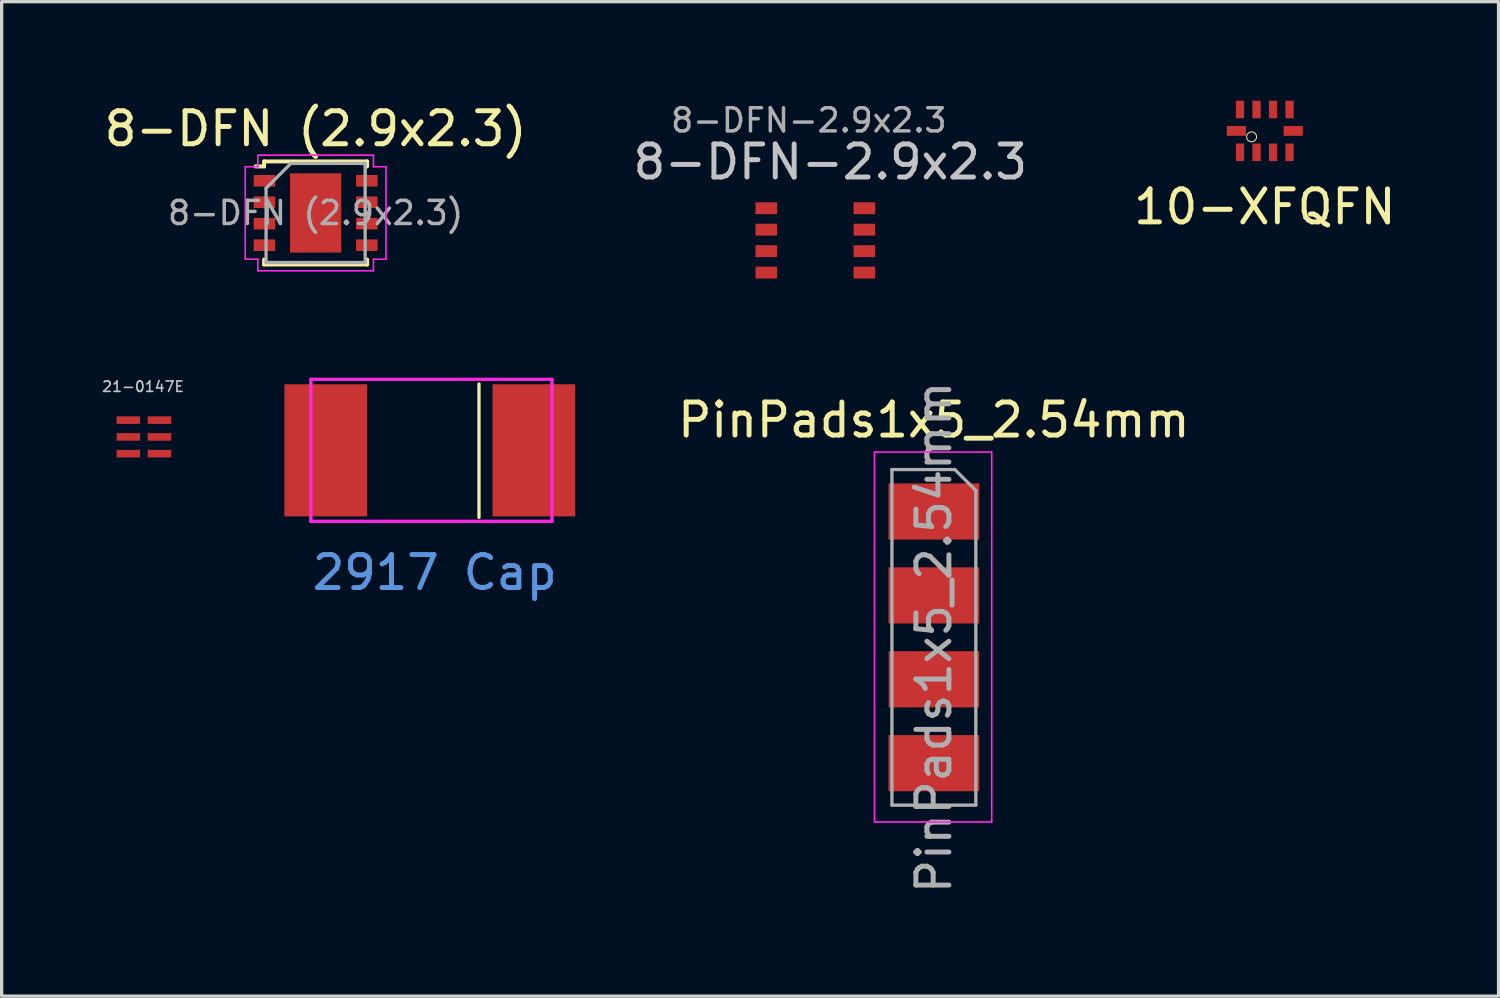
<source format=kicad_pcb>
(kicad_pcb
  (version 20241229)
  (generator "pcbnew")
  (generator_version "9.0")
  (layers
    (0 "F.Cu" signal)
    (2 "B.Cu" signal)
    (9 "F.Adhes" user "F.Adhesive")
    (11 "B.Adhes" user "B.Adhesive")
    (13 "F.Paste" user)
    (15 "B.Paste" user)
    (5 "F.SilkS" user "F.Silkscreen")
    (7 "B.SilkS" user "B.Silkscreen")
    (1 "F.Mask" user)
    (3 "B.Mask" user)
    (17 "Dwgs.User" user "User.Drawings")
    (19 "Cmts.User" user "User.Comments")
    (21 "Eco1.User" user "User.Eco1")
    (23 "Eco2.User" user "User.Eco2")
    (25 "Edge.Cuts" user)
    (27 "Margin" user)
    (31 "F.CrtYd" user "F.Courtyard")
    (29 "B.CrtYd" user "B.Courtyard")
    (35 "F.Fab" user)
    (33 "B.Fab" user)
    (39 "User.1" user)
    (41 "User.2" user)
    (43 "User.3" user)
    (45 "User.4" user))
  (footprint "PinPads1x5_2.54mm"
    (layer "F.Cu")
    (at 25.225 12.437)
    (property "Reference" "PinPads1x5_2.54mm" (at 0 -2.77 0) (layer "F.SilkS") (effects (font (size 1 1) (thickness 0.15))))
    (attr through_hole)
    (fp_line (start -1.8 -1.8) (end 1.75 -1.8) (stroke (width 0.05) (type solid)) (layer "F.CrtYd"))
    (fp_line (start -1.8 9.4) (end -1.8 -1.8) (stroke (width 0.05) (type solid)) (layer "F.CrtYd"))
    (fp_line (start 1.75 -1.8) (end 1.75 9.4) (stroke (width 0.05) (type solid)) (layer "F.CrtYd"))
    (fp_line (start 1.75 9.4) (end -1.8 9.4) (stroke (width 0.05) (type solid)) (layer "F.CrtYd"))
    (fp_line (start -1.27 -1.27) (end 0.635 -1.27) (stroke (width 0.1) (type solid)) (layer "F.Fab"))
    (fp_line (start -1.27 8.89) (end -1.27 -1.27) (stroke (width 0.1) (type solid)) (layer "F.Fab"))
    (fp_line (start 0.635 -1.27) (end 1.27 -0.635) (stroke (width 0.1) (type solid)) (layer "F.Fab"))
    (fp_line (start 1.27 -0.635) (end 1.27 8.89) (stroke (width 0.1) (type solid)) (layer "F.Fab"))
    (fp_line (start 1.27 8.89) (end -1.27 8.89) (stroke (width 0.1) (type solid)) (layer "F.Fab"))
    (fp_text user "${REFERENCE}" (at 0 3.81 90) (layer "F.Fab") (effects (font (size 1 1) (thickness 0.15))))
    (pad "1" smd rect (at 0 0) (size 2.75 1.7) (layers "F.Cu" "F.Mask" "F.Paste"))
    (pad "2" smd rect (at 0 2.54) (size 2.75 1.7) (layers "F.Cu" "F.Mask" "F.Paste"))
    (pad "3" smd rect (at 0 5.08) (size 2.74 1.7) (layers "F.Cu" "F.Mask" "F.Paste"))
    (pad "4" smd rect (at 0 7.62) (size 2.75 1.7) (layers "F.Cu" "F.Mask" "F.Paste")))
  (footprint "8-DFN (2.9x2.3)"
    (layer "F.Cu")
    (at 6.506 3.398)
    (property "Reference" "8-DFN (2.9x2.3)" (at 0 -2.55 0) (layer "F.SilkS") (effects (font (size 1 1) (thickness 0.15))))
    (attr smd)
    (fp_line (start -1.56 -1.56) (end -1.56 -1.41) (stroke (width 0.12) (type solid)) (layer "F.SilkS"))
    (fp_line (start -1.56 -1.56) (end 1.56 -1.56) (stroke (width 0.12) (type solid)) (layer "F.SilkS"))
    (fp_line (start -1.56 -1.41) (end -1.82 -1.41) (stroke (width 0.12) (type solid)) (layer "F.SilkS"))
    (fp_line (start -1.56 1.56) (end -1.56 1.41) (stroke (width 0.12) (type solid)) (layer "F.SilkS"))
    (fp_line (start -1.56 1.56) (end 1.56 1.56) (stroke (width 0.12) (type solid)) (layer "F.SilkS"))
    (fp_line (start 1.56 -1.56) (end 1.56 -1.41) (stroke (width 0.12) (type solid)) (layer "F.SilkS"))
    (fp_line (start 1.56 1.56) (end 1.56 1.41) (stroke (width 0.12) (type solid)) (layer "F.SilkS"))
    (fp_line (start -2.13 -1.4) (end -2.13 1.4) (stroke (width 0.05) (type solid)) (layer "F.CrtYd"))
    (fp_line (start -1.75 -1.75) (end -1.75 -1.4) (stroke (width 0.05) (type solid)) (layer "F.CrtYd"))
    (fp_line (start -1.75 -1.75) (end 1.75 -1.75) (stroke (width 0.05) (type solid)) (layer "F.CrtYd"))
    (fp_line (start -1.75 -1.4) (end -2.13 -1.4) (stroke (width 0.05) (type solid)) (layer "F.CrtYd"))
    (fp_line (start -1.75 1.4) (end -2.13 1.4) (stroke (width 0.05) (type solid)) (layer "F.CrtYd"))
    (fp_line (start -1.75 1.75) (end -1.75 1.4) (stroke (width 0.05) (type solid)) (layer "F.CrtYd"))
    (fp_line (start -1.75 1.75) (end 1.75 1.75) (stroke (width 0.05) (type solid)) (layer "F.CrtYd"))
    (fp_line (start 1.75 -1.75) (end 1.75 -1.4) (stroke (width 0.05) (type solid)) (layer "F.CrtYd"))
    (fp_line (start 1.75 -1.4) (end 2.13 -1.4) (stroke (width 0.05) (type solid)) (layer "F.CrtYd"))
    (fp_line (start 1.75 1.4) (end 2.13 1.4) (stroke (width 0.05) (type solid)) (layer "F.CrtYd"))
    (fp_line (start 1.75 1.75) (end 1.75 1.4) (stroke (width 0.05) (type solid)) (layer "F.CrtYd"))
    (fp_line (start 2.13 -1.4) (end 2.13 1.4) (stroke (width 0.05) (type solid)) (layer "F.CrtYd"))
    (fp_line (start -1.5 -0.75) (end -0.75 -1.5) (stroke (width 0.1) (type solid)) (layer "F.Fab"))
    (fp_line (start -1.5 1.5) (end -1.5 -0.75) (stroke (width 0.1) (type solid)) (layer "F.Fab"))
    (fp_line (start -0.75 -1.5) (end 1.5 -1.5) (stroke (width 0.1) (type solid)) (layer "F.Fab"))
    (fp_line (start 1.5 -1.5) (end 1.5 1.5) (stroke (width 0.1) (type solid)) (layer "F.Fab"))
    (fp_line (start 1.5 1.5) (end -1.5 1.5) (stroke (width 0.1) (type solid)) (layer "F.Fab"))
    (fp_text user "${REFERENCE}" (at 0 0 0) (layer "F.Fab") (effects (font (size 0.7 0.7) (thickness 0.105))))
    (pad "" smd rect (at -0.388 -0.6) (size 0.6 1) (layers "F.Paste"))
    (pad "" smd rect (at -0.388 0.6) (size 0.6 1) (layers "F.Paste"))
    (pad "" smd rect (at 0.388 -0.6) (size 0.6 1) (layers "F.Paste"))
    (pad "" smd rect (at 0.388 0.6) (size 0.6 1) (layers "F.Paste"))
    (pad "1" smd rect (at -1.55 -0.975) (size 0.65 0.35) (layers "F.Cu" "F.Mask" "F.Paste"))
    (pad "2" smd rect (at -1.55 -0.325) (size 0.65 0.35) (layers "F.Cu" "F.Mask" "F.Paste"))
    (pad "3" smd rect (at -1.55 0.325) (size 0.65 0.35) (layers "F.Cu" "F.Mask" "F.Paste"))
    (pad "4" smd rect (at -1.55 0.975) (size 0.65 0.35) (layers "F.Cu" "F.Mask" "F.Paste"))
    (pad "5" smd rect (at 1.55 0.975) (size 0.65 0.35) (layers "F.Cu" "F.Mask" "F.Paste"))
    (pad "6" smd rect (at 1.55 0.325) (size 0.65 0.35) (layers "F.Cu" "F.Mask" "F.Paste"))
    (pad "7" smd rect (at 1.55 -0.325) (size 0.65 0.35) (layers "F.Cu" "F.Mask" "F.Paste"))
    (pad "8" smd rect (at 1.55 -0.975) (size 0.65 0.35) (layers "F.Cu" "F.Mask" "F.Paste"))
    (pad "9" smd rect (at 0 0) (size 1.55 2.4) (layers "F.Cu" "F.Mask")))
  (footprint "2917 Cap"
    (layer "F.Cu")
    (at 10.062 10.584)
    (property "Reference" "2917 Cap" (at 0.05 3.7 0) (layer "Cmts.User") (effects (font (size 1 1) (thickness 0.15))))
    (attr through_hole)
    (fp_line (start 1.39 -2.01) (end 1.39 2.03) (stroke (width 0.1) (type solid)) (layer "F.SilkS"))
    (fp_line (start -3.7 -2.15) (end -3.7 2.15) (stroke (width 0.1) (type solid)) (layer "F.CrtYd"))
    (fp_line (start -3.7 -2.15) (end 3.6 -2.15) (stroke (width 0.1) (type solid)) (layer "F.CrtYd"))
    (fp_line (start -3.7 2.15) (end 3.6 2.15) (stroke (width 0.1) (type solid)) (layer "F.CrtYd"))
    (fp_line (start 3.6 2.15) (end 3.6 -2.15) (stroke (width 0.1) (type solid)) (layer "F.CrtYd"))
    (pad "1" smd rect (at 3.05 0) (size 2.5 4) (layers "F.Cu" "F.Mask" "F.Paste"))
    (pad "2" smd rect (at -3.25 0) (size 2.5 4) (layers "F.Cu" "F.Mask" "F.Paste")))
  (footprint "10-XFQFN"
    (layer "F.Cu")
    (at 35.244 0.913)
    (property "Reference" "10-XFQFN" (at 0 2.3 0) (layer "F.SilkS") (effects (font (size 1 1) (thickness 0.15))))
    (attr through_hole)
    (fp_circle (center -0.4 0.18) (end -0.25 0.18) (stroke (width 0.03) (type solid)) (fill no) (layer "F.SilkS"))
    (pad "1" smd rect (at -0.75 0.9) (size 0.25 0.53) (drill (offset 0 -0.252)) (layers "F.Cu" "F.Mask" "F.Paste"))
    (pad "2" smd rect (at -0.25 0.9) (size 0.25 0.53) (drill (offset 0 -0.252)) (layers "F.Cu" "F.Mask" "F.Paste"))
    (pad "3" smd rect (at 0.25 0.9) (size 0.25 0.53) (drill (offset 0 -0.252)) (layers "F.Cu" "F.Mask" "F.Paste"))
    (pad "4" smd rect (at 0.75 0.9) (size 0.25 0.53) (drill (offset 0 -0.252)) (layers "F.Cu" "F.Mask" "F.Paste"))
    (pad "5" smd rect (at 0.86 0 90) (size 0.3 0.58) (layers "F.Cu" "F.Mask" "F.Paste"))
    (pad "6" smd rect (at 0.75 -0.9) (size 0.25 0.53) (drill (offset 0 0.252)) (layers "F.Cu" "F.Mask" "F.Paste"))
    (pad "7" smd rect (at 0.25 -0.9) (size 0.25 0.53) (drill (offset 0 0.252)) (layers "F.Cu" "F.Mask" "F.Paste"))
    (pad "8" smd rect (at -0.25 -0.9) (size 0.25 0.53) (drill (offset 0 0.252)) (layers "F.Cu" "F.Mask" "F.Paste"))
    (pad "9" smd rect (at -0.75 -0.9) (size 0.25 0.53) (drill (offset 0 0.252)) (layers "F.Cu" "F.Mask" "F.Paste"))
    (pad "10" smd rect (at -0.86 0 90) (size 0.3 0.58) (layers "F.Cu" "F.Mask" "F.Paste")))
  (footprint "21-0147E"
    (layer "F.Cu")
    (at 1.306 10.178)
    (property "Reference" "21-0147E" (at -0.025 -1.522 0) (layer "Dwgs.User") (effects (font (size 0.315 0.315) (thickness 0.05))))
    (attr smd)
    (fp_line (start -0.508 -0.762) (end -0.508 0.762) (stroke (width 0.152) (type solid)) (layer "Eco2.User"))
    (fp_line (start -0.508 0.762) (end 0.508 0.762) (stroke (width 0.152) (type solid)) (layer "Eco2.User"))
    (fp_line (start -0.305 -0.762) (end -0.508 -0.762) (stroke (width 0.152) (type solid)) (layer "Eco2.User"))
    (fp_line (start 0.508 -0.762) (end -0.305 -0.762) (stroke (width 0.152) (type solid)) (layer "Eco2.User"))
    (fp_line (start 0.508 0.762) (end 0.508 -0.762) (stroke (width 0.152) (type solid)) (layer "Eco2.User"))
    (fp_arc (start 0.3048 -0.7874) (mid 0.0127 -0.4699) (end -0.3048 -0.762) (stroke (width 0.1524) (type solid)) (layer "Eco2.User"))
    (pad "1" smd rect (at -0.47 -0.508) (size 0.711 0.229) (layers "F.Cu" "F.Mask" "F.Paste"))
    (pad "2" smd rect (at -0.47 0) (size 0.711 0.229) (layers "F.Cu" "F.Mask" "F.Paste"))
    (pad "3" smd rect (at -0.47 0.508) (size 0.711 0.229) (layers "F.Cu" "F.Mask" "F.Paste"))
    (pad "4" smd rect (at 0.47 0.508) (size 0.711 0.229) (layers "F.Cu" "F.Mask" "F.Paste"))
    (pad "5" smd rect (at 0.47 0) (size 0.711 0.229) (layers "F.Cu" "F.Mask" "F.Paste"))
    (pad "6" smd rect (at 0.47 -0.508) (size 0.711 0.229) (layers "F.Cu" "F.Mask" "F.Paste")))
  (footprint "8-DFN-2.9x2.3"
    (layer "F.Cu")
    (at 20.149 3.254)
    (property "Reference" "8-DFN-2.9x2.3" (at 1.94 -1.4 0) (layer "Dwgs.User") (effects (font (size 1 1) (thickness 0.15))))
    (attr smd)
    (fp_text user "${REFERENCE}" (at 1.29 -2.66 0) (layer "F.Fab") (effects (font (size 0.7 0.7) (thickness 0.105))))
    (pad "1" smd rect (at 0 0) (size 0.65 0.36) (layers "F.Cu" "F.Mask" "F.Paste"))
    (pad "2" smd rect (at 0 0.65) (size 0.65 0.36) (layers "F.Cu" "F.Mask" "F.Paste"))
    (pad "3" smd rect (at 0 1.3) (size 0.65 0.36) (layers "F.Cu" "F.Mask" "F.Paste"))
    (pad "4" smd rect (at 0 1.95) (size 0.65 0.36) (layers "F.Cu" "F.Mask" "F.Paste"))
    (pad "5" smd rect (at 2.97 0) (size 0.65 0.36) (layers "F.Cu" "F.Mask" "F.Paste"))
    (pad "6" smd rect (at 2.97 0.65) (size 0.65 0.36) (layers "F.Cu" "F.Mask" "F.Paste"))
    (pad "7" smd rect (at 2.97 1.3) (size 0.65 0.36) (layers "F.Cu" "F.Mask" "F.Paste"))
    (pad "8" smd rect (at 2.97 1.95) (size 0.65 0.36) (layers "F.Cu" "F.Mask" "F.Paste")))
  (gr_rect
    (start -3 -3)
    (end 42.321 27.11)
    (stroke (width 0.1) (type default))
    (fill no)
    (layer "Edge.Cuts")))
</source>
